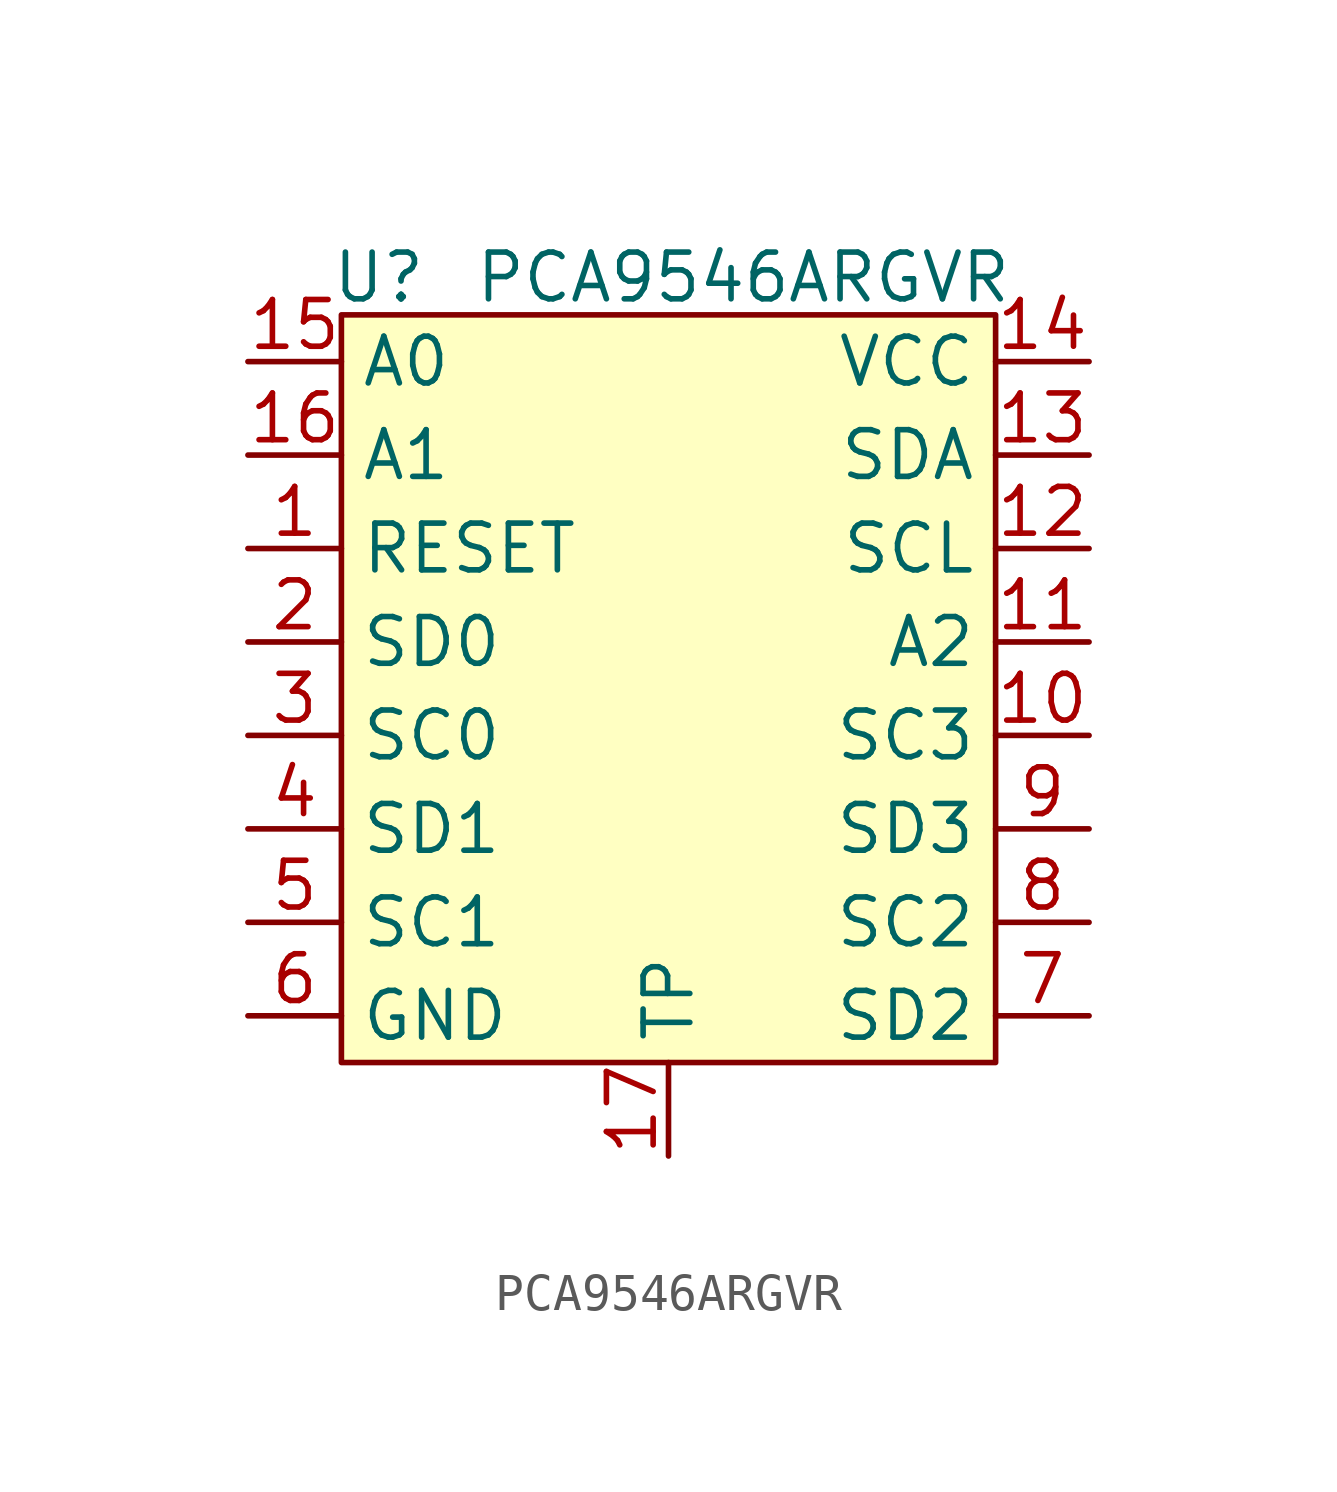
<source format=kicad_sym>
(kicad_symbol_lib
  (version 20241209)
  (generator "kicad_symbol_editor")
  (generator_version "9.0")
  (symbol "PCA9546ARGVR"
    (property "Reference" "U"
      (at -7.874 7.366 0)
      (effects (font (size 1.27 1.27))))
    (property "Value" "PCA9546ARGVR"
      (at 2.032 7.366 0)
      (effects (font (size 1.27 1.27))))
    (symbol "PCA9546ARGVR_1_1"
      (rectangle (start -8.89 6.35) (end 8.89 -13.97) (stroke (width 0) (type solid)) (fill (type background)))
      (pin passive line (at -11.43 5.08 0) (length 2.54) (name "A0" (effects (font (size 1.27 1.27)))) (number "15" (effects (font (size 1.27 1.27)))))
      (pin passive line (at -11.43 2.54 0) (length 2.54) (name "A1" (effects (font (size 1.27 1.27)))) (number "16" (effects (font (size 1.27 1.27)))))
      (pin passive line (at -11.43 0 0) (length 2.54) (name "RESET" (effects (font (size 1.27 1.27)))) (number "1" (effects (font (size 1.27 1.27)))))
      (pin passive line (at -11.43 -2.54 0) (length 2.54) (name "SD0" (effects (font (size 1.27 1.27)))) (number "2" (effects (font (size 1.27 1.27)))))
      (pin passive line (at -11.43 -5.08 0) (length 2.54) (name "SC0" (effects (font (size 1.27 1.27)))) (number "3" (effects (font (size 1.27 1.27)))))
      (pin passive line (at -11.43 -7.62 0) (length 2.54) (name "SD1" (effects (font (size 1.27 1.27)))) (number "4" (effects (font (size 1.27 1.27)))))
      (pin passive line (at -11.43 -10.16 0) (length 2.54) (name "SC1" (effects (font (size 1.27 1.27)))) (number "5" (effects (font (size 1.27 1.27)))))
      (pin passive line (at -11.43 -12.7 0) (length 2.54) (name "GND" (effects (font (size 1.27 1.27)))) (number "6" (effects (font (size 1.27 1.27)))))
      (pin passive line (at 0 -16.51 90) (length 2.54) (name "TP" (effects (font (size 1.27 1.27)))) (number "17" (effects (font (size 1.27 1.27)))))
      (pin passive line (at 11.43 5.08 180) (length 2.54) (name "VCC" (effects (font (size 1.27 1.27)))) (number "14" (effects (font (size 1.27 1.27)))))
      (pin passive line (at 11.43 2.54 180) (length 2.54) (name "SDA" (effects (font (size 1.27 1.27)))) (number "13" (effects (font (size 1.27 1.27)))))
      (pin passive line (at 11.43 0 180) (length 2.54) (name "SCL" (effects (font (size 1.27 1.27)))) (number "12" (effects (font (size 1.27 1.27)))))
      (pin passive line (at 11.43 -2.54 180) (length 2.54) (name "A2" (effects (font (size 1.27 1.27)))) (number "11" (effects (font (size 1.27 1.27)))))
      (pin passive line (at 11.43 -5.08 180) (length 2.54) (name "SC3" (effects (font (size 1.27 1.27)))) (number "10" (effects (font (size 1.27 1.27)))))
      (pin passive line (at 11.43 -7.62 180) (length 2.54) (name "SD3" (effects (font (size 1.27 1.27)))) (number "9" (effects (font (size 1.27 1.27)))))
      (pin passive line (at 11.43 -10.16 180) (length 2.54) (name "SC2" (effects (font (size 1.27 1.27)))) (number "8" (effects (font (size 1.27 1.27)))))
      (pin passive line (at 11.43 -12.7 180) (length 2.54) (name "SD2" (effects (font (size 1.27 1.27)))) (number "7" (effects (font (size 1.27 1.27))))))))
</source>
